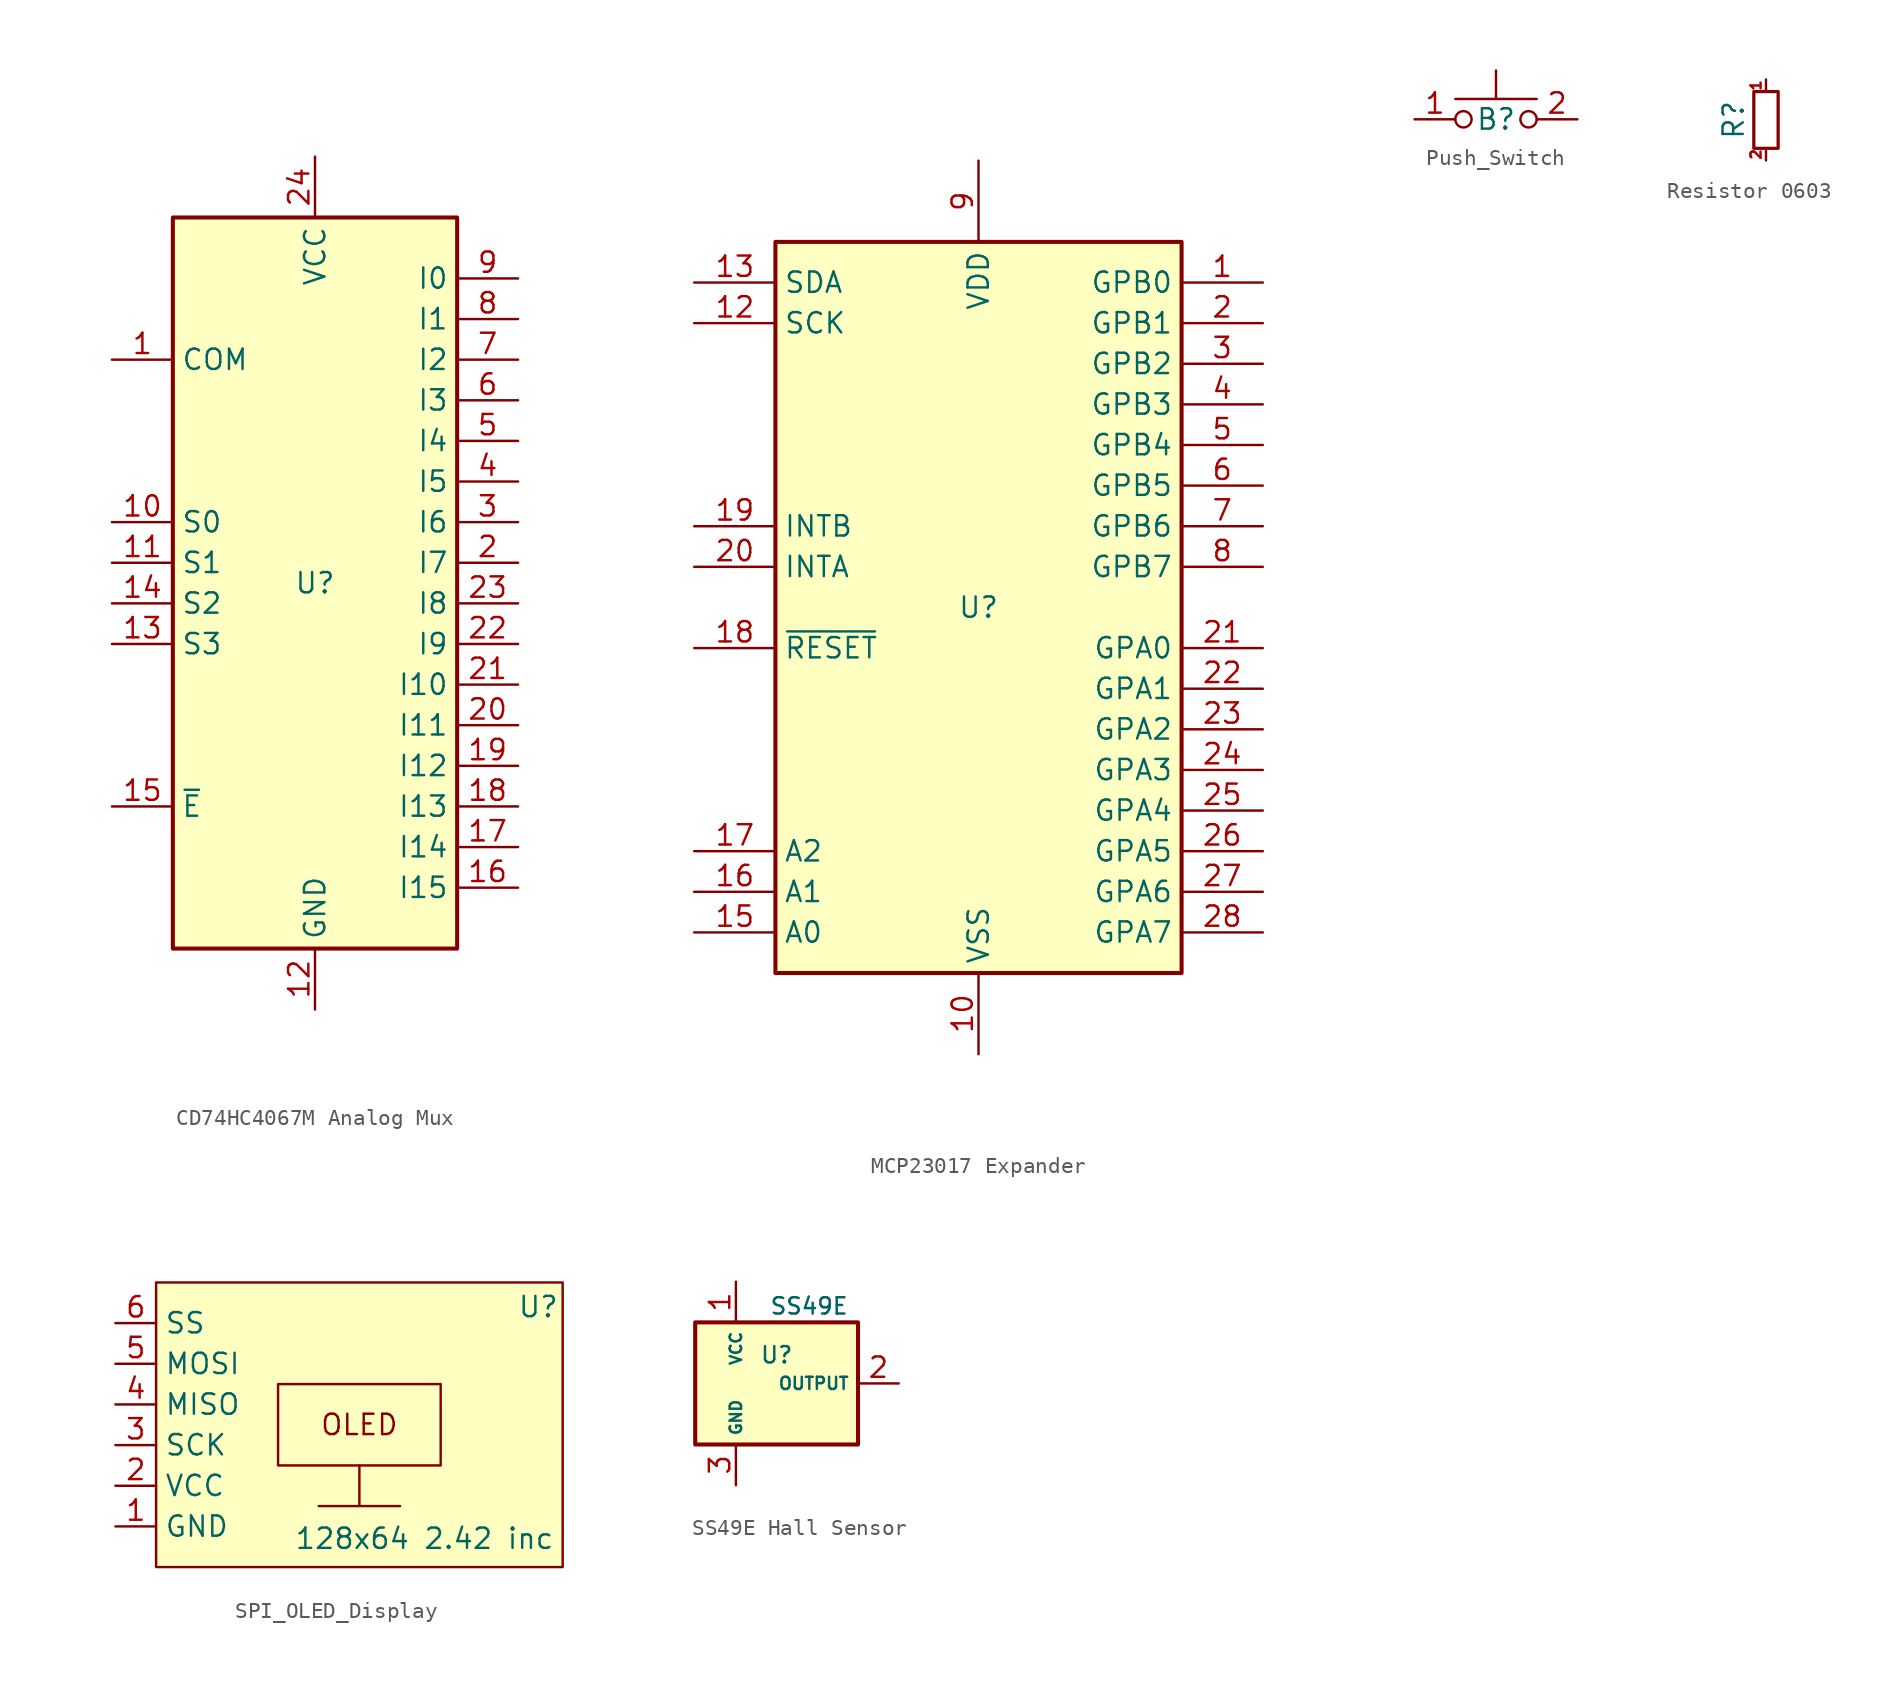
<source format=kicad_sym>
(kicad_symbol_lib
  (version 20241209)
  (generator "kicad_symbol_editor")
  (generator_version "9.0")
  (symbol "CD74HC4067M Analog Mux"
    (property "Reference" "U"
      (at 0 0 0)
      (effects (font (size 1.27 1.27))))
    (property "Value" ""
      (at 0 0 0)
      (effects (font (size 1.27 1.27))))
    (symbol "CD74HC4067M Analog Mux_0_1"
      (rectangle (start -8.89 22.86) (end 8.89 -22.86) (stroke (width 0.254) (type default)) (fill (type background))))
    (symbol "CD74HC4067M Analog Mux_1_1"
      (pin passive line (at -12.7 13.97 0) (length 3.81) (name "COM" (effects (font (size 1.27 1.27)))) (number "1" (effects (font (size 1.27 1.27)))))
      (pin input line (at -12.7 3.81 0) (length 3.81) (name "S0" (effects (font (size 1.27 1.27)))) (number "10" (effects (font (size 1.27 1.27)))))
      (pin input line (at -12.7 1.27 0) (length 3.81) (name "S1" (effects (font (size 1.27 1.27)))) (number "11" (effects (font (size 1.27 1.27)))))
      (pin input line (at -12.7 -1.27 0) (length 3.81) (name "S2" (effects (font (size 1.27 1.27)))) (number "14" (effects (font (size 1.27 1.27)))))
      (pin input line (at -12.7 -3.81 0) (length 3.81) (name "S3" (effects (font (size 1.27 1.27)))) (number "13" (effects (font (size 1.27 1.27)))))
      (pin input line (at -12.7 -13.97 0) (length 3.81) (name "~{E}" (effects (font (size 1.27 1.27)))) (number "15" (effects (font (size 1.27 1.27)))))
      (pin power_in line (at 0 26.67 270) (length 3.81) (name "VCC" (effects (font (size 1.27 1.27)))) (number "24" (effects (font (size 1.27 1.27)))))
      (pin power_in line (at 0 -26.67 90) (length 3.81) (name "GND" (effects (font (size 1.27 1.27)))) (number "12" (effects (font (size 1.27 1.27)))))
      (pin passive line (at 12.7 19.05 180) (length 3.81) (name "I0" (effects (font (size 1.27 1.27)))) (number "9" (effects (font (size 1.27 1.27)))))
      (pin passive line (at 12.7 16.51 180) (length 3.81) (name "I1" (effects (font (size 1.27 1.27)))) (number "8" (effects (font (size 1.27 1.27)))))
      (pin passive line (at 12.7 13.97 180) (length 3.81) (name "I2" (effects (font (size 1.27 1.27)))) (number "7" (effects (font (size 1.27 1.27)))))
      (pin passive line (at 12.7 11.43 180) (length 3.81) (name "I3" (effects (font (size 1.27 1.27)))) (number "6" (effects (font (size 1.27 1.27)))))
      (pin passive line (at 12.7 8.89 180) (length 3.81) (name "I4" (effects (font (size 1.27 1.27)))) (number "5" (effects (font (size 1.27 1.27)))))
      (pin passive line (at 12.7 6.35 180) (length 3.81) (name "I5" (effects (font (size 1.27 1.27)))) (number "4" (effects (font (size 1.27 1.27)))))
      (pin passive line (at 12.7 3.81 180) (length 3.81) (name "I6" (effects (font (size 1.27 1.27)))) (number "3" (effects (font (size 1.27 1.27)))))
      (pin passive line (at 12.7 1.27 180) (length 3.81) (name "I7" (effects (font (size 1.27 1.27)))) (number "2" (effects (font (size 1.27 1.27)))))
      (pin passive line (at 12.7 -1.27 180) (length 3.81) (name "I8" (effects (font (size 1.27 1.27)))) (number "23" (effects (font (size 1.27 1.27)))))
      (pin passive line (at 12.7 -3.81 180) (length 3.81) (name "I9" (effects (font (size 1.27 1.27)))) (number "22" (effects (font (size 1.27 1.27)))))
      (pin passive line (at 12.7 -6.35 180) (length 3.81) (name "I10" (effects (font (size 1.27 1.27)))) (number "21" (effects (font (size 1.27 1.27)))))
      (pin passive line (at 12.7 -8.89 180) (length 3.81) (name "I11" (effects (font (size 1.27 1.27)))) (number "20" (effects (font (size 1.27 1.27)))))
      (pin passive line (at 12.7 -11.43 180) (length 3.81) (name "I12" (effects (font (size 1.27 1.27)))) (number "19" (effects (font (size 1.27 1.27)))))
      (pin passive line (at 12.7 -13.97 180) (length 3.81) (name "I13" (effects (font (size 1.27 1.27)))) (number "18" (effects (font (size 1.27 1.27)))))
      (pin passive line (at 12.7 -16.51 180) (length 3.81) (name "I14" (effects (font (size 1.27 1.27)))) (number "17" (effects (font (size 1.27 1.27)))))
      (pin passive line (at 12.7 -19.05 180) (length 3.81) (name "I15" (effects (font (size 1.27 1.27)))) (number "16" (effects (font (size 1.27 1.27)))))))
  (symbol "MCP23017 Expander"
    (property "Reference" "U"
      (at 0 0 0)
      (effects (font (size 1.27 1.27))))
    (property "Value" ""
      (at 0 0 0)
      (effects (font (size 1.27 1.27))))
    (symbol "MCP23017 Expander_0_1"
      (rectangle (start -12.7 22.86) (end 12.7 -22.86) (stroke (width 0.254) (type default)) (fill (type background))))
    (symbol "MCP23017 Expander_1_1"
      (pin bidirectional line (at -17.78 20.32 0) (length 5.08) (name "SDA" (effects (font (size 1.27 1.27)))) (number "13" (effects (font (size 1.27 1.27)))))
      (pin input line (at -17.78 17.78 0) (length 5.08) (name "SCK" (effects (font (size 1.27 1.27)))) (number "12" (effects (font (size 1.27 1.27)))))
      (pin tri_state line (at -17.78 5.08 0) (length 5.08) (name "INTB" (effects (font (size 1.27 1.27)))) (number "19" (effects (font (size 1.27 1.27)))))
      (pin tri_state line (at -17.78 2.54 0) (length 5.08) (name "INTA" (effects (font (size 1.27 1.27)))) (number "20" (effects (font (size 1.27 1.27)))))
      (pin input line (at -17.78 -2.54 0) (length 5.08) (name "~{RESET}" (effects (font (size 1.27 1.27)))) (number "18" (effects (font (size 1.27 1.27)))))
      (pin input line (at -17.78 -15.24 0) (length 5.08) (name "A2" (effects (font (size 1.27 1.27)))) (number "17" (effects (font (size 1.27 1.27)))))
      (pin input line (at -17.78 -17.78 0) (length 5.08) (name "A1" (effects (font (size 1.27 1.27)))) (number "16" (effects (font (size 1.27 1.27)))))
      (pin input line (at -17.78 -20.32 0) (length 5.08) (name "A0" (effects (font (size 1.27 1.27)))) (number "15" (effects (font (size 1.27 1.27)))))
      (pin no_connect line (at -12.7 15.24 0) (length 5.08) (hide yes) (name "NC" (effects (font (size 1.27 1.27)))) (number "11" (effects (font (size 1.27 1.27)))))
      (pin no_connect line (at -12.7 12.7 0) (length 5.08) (hide yes) (name "NC" (effects (font (size 1.27 1.27)))) (number "14" (effects (font (size 1.27 1.27)))))
      (pin power_in line (at 0 27.94 270) (length 5.08) (name "VDD" (effects (font (size 1.27 1.27)))) (number "9" (effects (font (size 1.27 1.27)))))
      (pin power_in line (at 0 -27.94 90) (length 5.08) (name "VSS" (effects (font (size 1.27 1.27)))) (number "10" (effects (font (size 1.27 1.27)))))
      (pin bidirectional line (at 17.78 20.32 180) (length 5.08) (name "GPB0" (effects (font (size 1.27 1.27)))) (number "1" (effects (font (size 1.27 1.27)))))
      (pin bidirectional line (at 17.78 17.78 180) (length 5.08) (name "GPB1" (effects (font (size 1.27 1.27)))) (number "2" (effects (font (size 1.27 1.27)))))
      (pin bidirectional line (at 17.78 15.24 180) (length 5.08) (name "GPB2" (effects (font (size 1.27 1.27)))) (number "3" (effects (font (size 1.27 1.27)))))
      (pin bidirectional line (at 17.78 12.7 180) (length 5.08) (name "GPB3" (effects (font (size 1.27 1.27)))) (number "4" (effects (font (size 1.27 1.27)))))
      (pin bidirectional line (at 17.78 10.16 180) (length 5.08) (name "GPB4" (effects (font (size 1.27 1.27)))) (number "5" (effects (font (size 1.27 1.27)))))
      (pin bidirectional line (at 17.78 7.62 180) (length 5.08) (name "GPB5" (effects (font (size 1.27 1.27)))) (number "6" (effects (font (size 1.27 1.27)))))
      (pin bidirectional line (at 17.78 5.08 180) (length 5.08) (name "GPB6" (effects (font (size 1.27 1.27)))) (number "7" (effects (font (size 1.27 1.27)))))
      (pin output line (at 17.78 2.54 180) (length 5.08) (name "GPB7" (effects (font (size 1.27 1.27)))) (number "8" (effects (font (size 1.27 1.27)))))
      (pin bidirectional line (at 17.78 -2.54 180) (length 5.08) (name "GPA0" (effects (font (size 1.27 1.27)))) (number "21" (effects (font (size 1.27 1.27)))))
      (pin bidirectional line (at 17.78 -5.08 180) (length 5.08) (name "GPA1" (effects (font (size 1.27 1.27)))) (number "22" (effects (font (size 1.27 1.27)))))
      (pin bidirectional line (at 17.78 -7.62 180) (length 5.08) (name "GPA2" (effects (font (size 1.27 1.27)))) (number "23" (effects (font (size 1.27 1.27)))))
      (pin bidirectional line (at 17.78 -10.16 180) (length 5.08) (name "GPA3" (effects (font (size 1.27 1.27)))) (number "24" (effects (font (size 1.27 1.27)))))
      (pin bidirectional line (at 17.78 -12.7 180) (length 5.08) (name "GPA4" (effects (font (size 1.27 1.27)))) (number "25" (effects (font (size 1.27 1.27)))))
      (pin bidirectional line (at 17.78 -15.24 180) (length 5.08) (name "GPA5" (effects (font (size 1.27 1.27)))) (number "26" (effects (font (size 1.27 1.27)))))
      (pin bidirectional line (at 17.78 -17.78 180) (length 5.08) (name "GPA6" (effects (font (size 1.27 1.27)))) (number "27" (effects (font (size 1.27 1.27)))))
      (pin output line (at 17.78 -20.32 180) (length 5.08) (name "GPA7" (effects (font (size 1.27 1.27)))) (number "28" (effects (font (size 1.27 1.27)))))))
  (symbol "Push_Switch"
    (property "Reference" "B"
      (at 0 0 0)
      (effects (font (size 1.27 1.27))))
    (symbol "Push_Switch_0_1"
      (circle (center -2.032 0) (radius 0.508) (stroke (width 0) (type default)) (fill (type none)))
      (polyline (pts (xy 0 1.27) (xy 0 3.048)) (stroke (width 0) (type default)) (fill (type none)))
      (circle (center 2.032 0) (radius 0.508) (stroke (width 0) (type default)) (fill (type none)))
      (polyline (pts (xy 2.54 1.27) (xy -2.54 1.27)) (stroke (width 0) (type default)) (fill (type none))))
    (symbol "Push_Switch_1_1"
      (pin passive line (at -5.08 0 0) (length 2.54) (name "" (effects (font (size 1.27 1.27)))) (number "1" (effects (font (size 1.27 1.27)))))
      (pin passive line (at 5.08 0 180) (length 2.54) (name "" (effects (font (size 1.27 1.27)))) (number "2" (effects (font (size 1.27 1.27)))))))
  (symbol "Resistor 0603"
    (property "Reference" "R"
      (at -2.032 0 90)
      (effects (font (size 1.27 1.27))))
    (property "Value" ""
      (at 0 0 0)
      (effects (font (size 1.27 1.27))))
    (symbol "Resistor 0603_0_1"
      (rectangle (start -0.762 1.778) (end 0.762 -1.778) (stroke (width 0.203) (type default)) (fill (type none))))
    (symbol "Resistor 0603_1_1"
      (pin passive line (at 0 2.54 270) (length 0.762) (name "~" (effects (font (size 1.27 1.27)))) (number "1" (effects (font (size 0.635 0.635)))))
      (pin passive line (at 0 -2.54 90) (length 0.762) (name "~" (effects (font (size 1.27 1.27)))) (number "2" (effects (font (size 0.635 0.635)))))))
  (symbol "SPI_OLED_Display"
    (property "Reference" "U"
      (at 11.176 7.366 0)
      (effects (font (size 1.27 1.27))))
    (property "Value" "128x64 2.42 inc"
      (at 4.064 -7.112 0)
      (effects (font (size 1.27 1.27))))
    (symbol "SPI_OLED_Display_0_1"
      (rectangle (start 5.08 -2.54) (end -5.08 2.54) (stroke (width 0) (type default)) (fill (type none))))
    (symbol "SPI_OLED_Display_1_1"
      (rectangle (start -12.7 8.89) (end 12.7 -8.89) (stroke (width 0) (type solid)) (fill (type background)))
      (polyline (pts (xy 0 -2.54) (xy 0 -5.08) (xy -2.54 -5.08) (xy 2.54 -5.08) (xy 0 -5.08) (xy 0 -2.54)) (stroke (width 0) (type default)) (fill (type none)))
      (text "OLED" (at 0 0 0) (effects (font (size 1.27 1.27))))
      (pin input line (at -15.24 6.35 0) (length 2.54) (name "SS" (effects (font (size 1.27 1.27)))) (number "6" (effects (font (size 1.27 1.27)))))
      (pin input line (at -15.24 3.81 0) (length 2.54) (name "MOSI" (effects (font (size 1.27 1.27)))) (number "5" (effects (font (size 1.27 1.27)))))
      (pin input line (at -15.24 1.27 0) (length 2.54) (name "MISO" (effects (font (size 1.27 1.27)))) (number "4" (effects (font (size 1.27 1.27)))))
      (pin input line (at -15.24 -1.27 0) (length 2.54) (name "SCK" (effects (font (size 1.27 1.27)))) (number "3" (effects (font (size 1.27 1.27)))))
      (pin power_in line (at -15.24 -3.81 0) (length 2.54) (name "VCC" (effects (font (size 1.27 1.27)))) (number "2" (effects (font (size 1.27 1.27)))))
      (pin power_in line (at -15.24 -6.35 0) (length 2.54) (name "GND" (effects (font (size 1.27 1.27)))) (number "1" (effects (font (size 1.27 1.27)))))))
  (symbol "SS49E Hall Sensor"
    (property "Reference" "U"
      (at 0 1.778 0)
      (effects (font (size 1.016 1.016))))
    (property "Value" "SS49E"
      (at 2.032 4.826 0)
      (effects (font (size 1.016 1.016))))
    (symbol "SS49E Hall Sensor_0_1"
      (rectangle (start -5.08 3.81) (end 5.08 -3.81) (stroke (width 0.254) (type default)) (fill (type background))))
    (symbol "SS49E Hall Sensor_1_1"
      (pin power_in line (at -2.54 6.35 270) (length 2.54) (name "VCC" (effects (font (size 0.711 0.711)))) (number "1" (effects (font (size 1.27 1.27)))))
      (pin power_in line (at -2.54 -6.35 90) (length 2.54) (name "GND" (effects (font (size 0.711 0.711)))) (number "3" (effects (font (size 1.27 1.27)))))
      (pin output line (at 7.62 0 180) (length 2.54) (name "OUTPUT" (effects (font (size 0.762 0.762)))) (number "2" (effects (font (size 1.27 1.27))))))))
</source>
